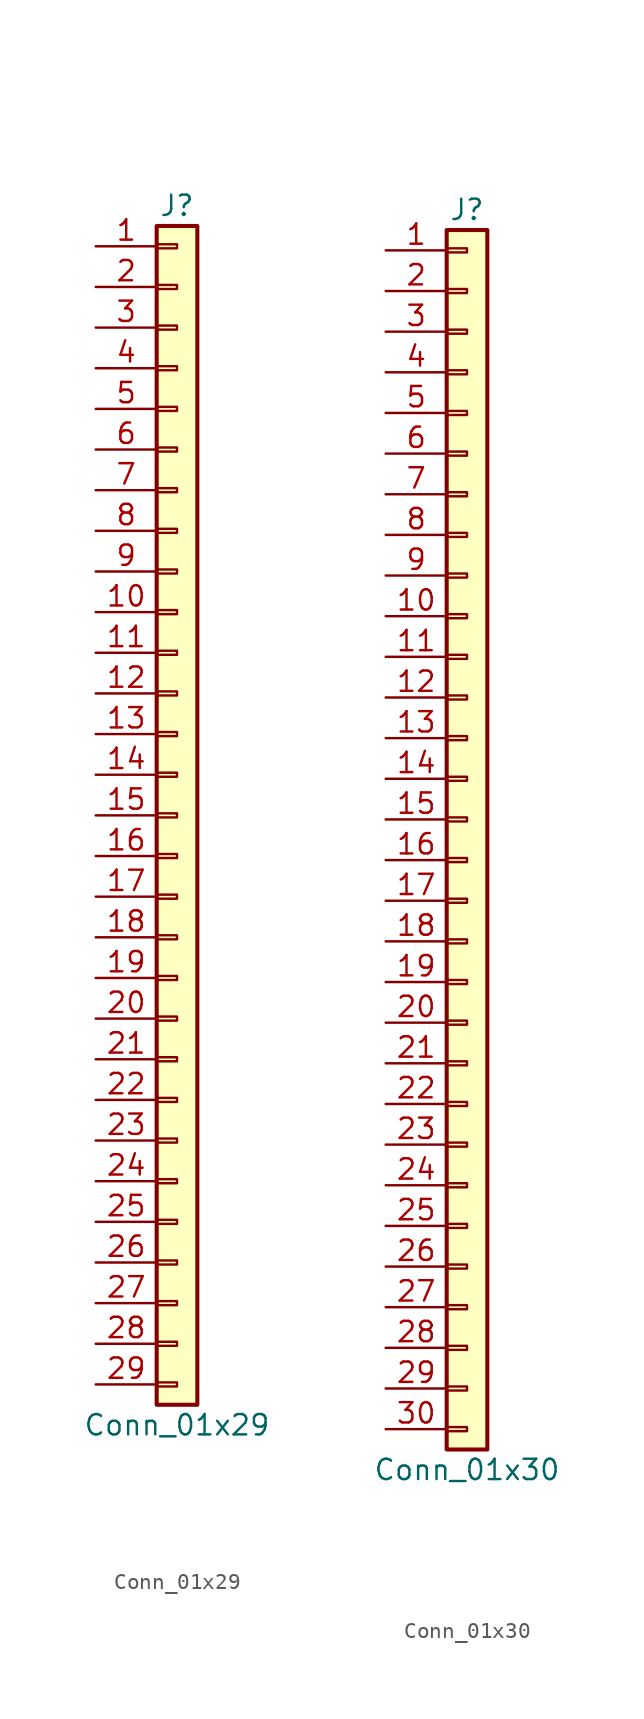
<source format=kicad_sym>
(kicad_symbol_lib
  (version 20220914)
  (generator kicad_symbol_editor)
  (symbol "Conn_01x29"
    (pin_names
      (offset 1.016) hide)
    (property "Reference" "J"
      (at 0 38.1 0)
      (effects (font (size 1.27 1.27))))
    (property "Value" "Conn_01x29"
      (at 0 -38.1 0)
      (effects (font (size 1.27 1.27))))
    (symbol "Conn_01x29_1_1"
      (rectangle (start -1.27 -35.433) (end 0 -35.687) (stroke (width 0.152) (type default)) (fill (type none)))
      (rectangle (start -1.27 -32.893) (end 0 -33.147) (stroke (width 0.152) (type default)) (fill (type none)))
      (rectangle (start -1.27 -30.353) (end 0 -30.607) (stroke (width 0.152) (type default)) (fill (type none)))
      (rectangle (start -1.27 -27.813) (end 0 -28.067) (stroke (width 0.152) (type default)) (fill (type none)))
      (rectangle (start -1.27 -25.273) (end 0 -25.527) (stroke (width 0.152) (type default)) (fill (type none)))
      (rectangle (start -1.27 -22.733) (end 0 -22.987) (stroke (width 0.152) (type default)) (fill (type none)))
      (rectangle (start -1.27 -20.193) (end 0 -20.447) (stroke (width 0.152) (type default)) (fill (type none)))
      (rectangle (start -1.27 -17.653) (end 0 -17.907) (stroke (width 0.152) (type default)) (fill (type none)))
      (rectangle (start -1.27 -15.113) (end 0 -15.367) (stroke (width 0.152) (type default)) (fill (type none)))
      (rectangle (start -1.27 -12.573) (end 0 -12.827) (stroke (width 0.152) (type default)) (fill (type none)))
      (rectangle (start -1.27 -10.033) (end 0 -10.287) (stroke (width 0.152) (type default)) (fill (type none)))
      (rectangle (start -1.27 -7.493) (end 0 -7.747) (stroke (width 0.152) (type default)) (fill (type none)))
      (rectangle (start -1.27 -4.953) (end 0 -5.207) (stroke (width 0.152) (type default)) (fill (type none)))
      (rectangle (start -1.27 -2.413) (end 0 -2.667) (stroke (width 0.152) (type default)) (fill (type none)))
      (rectangle (start -1.27 0.127) (end 0 -0.127) (stroke (width 0.152) (type default)) (fill (type none)))
      (rectangle (start -1.27 2.667) (end 0 2.413) (stroke (width 0.152) (type default)) (fill (type none)))
      (rectangle (start -1.27 5.207) (end 0 4.953) (stroke (width 0.152) (type default)) (fill (type none)))
      (rectangle (start -1.27 7.747) (end 0 7.493) (stroke (width 0.152) (type default)) (fill (type none)))
      (rectangle (start -1.27 10.287) (end 0 10.033) (stroke (width 0.152) (type default)) (fill (type none)))
      (rectangle (start -1.27 12.827) (end 0 12.573) (stroke (width 0.152) (type default)) (fill (type none)))
      (rectangle (start -1.27 15.367) (end 0 15.113) (stroke (width 0.152) (type default)) (fill (type none)))
      (rectangle (start -1.27 17.907) (end 0 17.653) (stroke (width 0.152) (type default)) (fill (type none)))
      (rectangle (start -1.27 20.447) (end 0 20.193) (stroke (width 0.152) (type default)) (fill (type none)))
      (rectangle (start -1.27 22.987) (end 0 22.733) (stroke (width 0.152) (type default)) (fill (type none)))
      (rectangle (start -1.27 25.527) (end 0 25.273) (stroke (width 0.152) (type default)) (fill (type none)))
      (rectangle (start -1.27 28.067) (end 0 27.813) (stroke (width 0.152) (type default)) (fill (type none)))
      (rectangle (start -1.27 30.607) (end 0 30.353) (stroke (width 0.152) (type default)) (fill (type none)))
      (rectangle (start -1.27 33.147) (end 0 32.893) (stroke (width 0.152) (type default)) (fill (type none)))
      (rectangle (start -1.27 35.687) (end 0 35.433) (stroke (width 0.152) (type default)) (fill (type none)))
      (rectangle (start -1.27 36.83) (end 1.27 -36.83) (stroke (width 0.254) (type default)) (fill (type background)))
      (pin passive line (at -5.08 35.56 0) (length 3.81) (name "Pin_1" (effects (font (size 1.27 1.27)))) (number "1" (effects (font (size 1.27 1.27)))))
      (pin passive line (at -5.08 12.7 0) (length 3.81) (name "Pin_10" (effects (font (size 1.27 1.27)))) (number "10" (effects (font (size 1.27 1.27)))))
      (pin passive line (at -5.08 10.16 0) (length 3.81) (name "Pin_11" (effects (font (size 1.27 1.27)))) (number "11" (effects (font (size 1.27 1.27)))))
      (pin passive line (at -5.08 7.62 0) (length 3.81) (name "Pin_12" (effects (font (size 1.27 1.27)))) (number "12" (effects (font (size 1.27 1.27)))))
      (pin passive line (at -5.08 5.08 0) (length 3.81) (name "Pin_13" (effects (font (size 1.27 1.27)))) (number "13" (effects (font (size 1.27 1.27)))))
      (pin passive line (at -5.08 2.54 0) (length 3.81) (name "Pin_14" (effects (font (size 1.27 1.27)))) (number "14" (effects (font (size 1.27 1.27)))))
      (pin passive line (at -5.08 0 0) (length 3.81) (name "Pin_15" (effects (font (size 1.27 1.27)))) (number "15" (effects (font (size 1.27 1.27)))))
      (pin passive line (at -5.08 -2.54 0) (length 3.81) (name "Pin_16" (effects (font (size 1.27 1.27)))) (number "16" (effects (font (size 1.27 1.27)))))
      (pin passive line (at -5.08 -5.08 0) (length 3.81) (name "Pin_17" (effects (font (size 1.27 1.27)))) (number "17" (effects (font (size 1.27 1.27)))))
      (pin passive line (at -5.08 -7.62 0) (length 3.81) (name "Pin_18" (effects (font (size 1.27 1.27)))) (number "18" (effects (font (size 1.27 1.27)))))
      (pin passive line (at -5.08 -10.16 0) (length 3.81) (name "Pin_19" (effects (font (size 1.27 1.27)))) (number "19" (effects (font (size 1.27 1.27)))))
      (pin passive line (at -5.08 33.02 0) (length 3.81) (name "Pin_2" (effects (font (size 1.27 1.27)))) (number "2" (effects (font (size 1.27 1.27)))))
      (pin passive line (at -5.08 -12.7 0) (length 3.81) (name "Pin_20" (effects (font (size 1.27 1.27)))) (number "20" (effects (font (size 1.27 1.27)))))
      (pin passive line (at -5.08 -15.24 0) (length 3.81) (name "Pin_21" (effects (font (size 1.27 1.27)))) (number "21" (effects (font (size 1.27 1.27)))))
      (pin passive line (at -5.08 -17.78 0) (length 3.81) (name "Pin_22" (effects (font (size 1.27 1.27)))) (number "22" (effects (font (size 1.27 1.27)))))
      (pin passive line (at -5.08 -20.32 0) (length 3.81) (name "Pin_23" (effects (font (size 1.27 1.27)))) (number "23" (effects (font (size 1.27 1.27)))))
      (pin passive line (at -5.08 -22.86 0) (length 3.81) (name "Pin_24" (effects (font (size 1.27 1.27)))) (number "24" (effects (font (size 1.27 1.27)))))
      (pin passive line (at -5.08 -25.4 0) (length 3.81) (name "Pin_25" (effects (font (size 1.27 1.27)))) (number "25" (effects (font (size 1.27 1.27)))))
      (pin passive line (at -5.08 -27.94 0) (length 3.81) (name "Pin_26" (effects (font (size 1.27 1.27)))) (number "26" (effects (font (size 1.27 1.27)))))
      (pin passive line (at -5.08 -30.48 0) (length 3.81) (name "Pin_27" (effects (font (size 1.27 1.27)))) (number "27" (effects (font (size 1.27 1.27)))))
      (pin passive line (at -5.08 -33.02 0) (length 3.81) (name "Pin_28" (effects (font (size 1.27 1.27)))) (number "28" (effects (font (size 1.27 1.27)))))
      (pin passive line (at -5.08 -35.56 0) (length 3.81) (name "Pin_29" (effects (font (size 1.27 1.27)))) (number "29" (effects (font (size 1.27 1.27)))))
      (pin passive line (at -5.08 30.48 0) (length 3.81) (name "Pin_3" (effects (font (size 1.27 1.27)))) (number "3" (effects (font (size 1.27 1.27)))))
      (pin passive line (at -5.08 27.94 0) (length 3.81) (name "Pin_4" (effects (font (size 1.27 1.27)))) (number "4" (effects (font (size 1.27 1.27)))))
      (pin passive line (at -5.08 25.4 0) (length 3.81) (name "Pin_5" (effects (font (size 1.27 1.27)))) (number "5" (effects (font (size 1.27 1.27)))))
      (pin passive line (at -5.08 22.86 0) (length 3.81) (name "Pin_6" (effects (font (size 1.27 1.27)))) (number "6" (effects (font (size 1.27 1.27)))))
      (pin passive line (at -5.08 20.32 0) (length 3.81) (name "Pin_7" (effects (font (size 1.27 1.27)))) (number "7" (effects (font (size 1.27 1.27)))))
      (pin passive line (at -5.08 17.78 0) (length 3.81) (name "Pin_8" (effects (font (size 1.27 1.27)))) (number "8" (effects (font (size 1.27 1.27)))))
      (pin passive line (at -5.08 15.24 0) (length 3.81) (name "Pin_9" (effects (font (size 1.27 1.27)))) (number "9" (effects (font (size 1.27 1.27)))))))
  (symbol "Conn_01x30"
    (pin_names
      (offset 1.016) hide)
    (property "Reference" "J"
      (at 0 38.1 0)
      (effects (font (size 1.27 1.27))))
    (property "Value" "Conn_01x30"
      (at 0 -40.64 0)
      (effects (font (size 1.27 1.27))))
    (symbol "Conn_01x30_1_1"
      (rectangle (start -1.27 -37.973) (end 0 -38.227) (stroke (width 0.152) (type default)) (fill (type none)))
      (rectangle (start -1.27 -35.433) (end 0 -35.687) (stroke (width 0.152) (type default)) (fill (type none)))
      (rectangle (start -1.27 -32.893) (end 0 -33.147) (stroke (width 0.152) (type default)) (fill (type none)))
      (rectangle (start -1.27 -30.353) (end 0 -30.607) (stroke (width 0.152) (type default)) (fill (type none)))
      (rectangle (start -1.27 -27.813) (end 0 -28.067) (stroke (width 0.152) (type default)) (fill (type none)))
      (rectangle (start -1.27 -25.273) (end 0 -25.527) (stroke (width 0.152) (type default)) (fill (type none)))
      (rectangle (start -1.27 -22.733) (end 0 -22.987) (stroke (width 0.152) (type default)) (fill (type none)))
      (rectangle (start -1.27 -20.193) (end 0 -20.447) (stroke (width 0.152) (type default)) (fill (type none)))
      (rectangle (start -1.27 -17.653) (end 0 -17.907) (stroke (width 0.152) (type default)) (fill (type none)))
      (rectangle (start -1.27 -15.113) (end 0 -15.367) (stroke (width 0.152) (type default)) (fill (type none)))
      (rectangle (start -1.27 -12.573) (end 0 -12.827) (stroke (width 0.152) (type default)) (fill (type none)))
      (rectangle (start -1.27 -10.033) (end 0 -10.287) (stroke (width 0.152) (type default)) (fill (type none)))
      (rectangle (start -1.27 -7.493) (end 0 -7.747) (stroke (width 0.152) (type default)) (fill (type none)))
      (rectangle (start -1.27 -4.953) (end 0 -5.207) (stroke (width 0.152) (type default)) (fill (type none)))
      (rectangle (start -1.27 -2.413) (end 0 -2.667) (stroke (width 0.152) (type default)) (fill (type none)))
      (rectangle (start -1.27 0.127) (end 0 -0.127) (stroke (width 0.152) (type default)) (fill (type none)))
      (rectangle (start -1.27 2.667) (end 0 2.413) (stroke (width 0.152) (type default)) (fill (type none)))
      (rectangle (start -1.27 5.207) (end 0 4.953) (stroke (width 0.152) (type default)) (fill (type none)))
      (rectangle (start -1.27 7.747) (end 0 7.493) (stroke (width 0.152) (type default)) (fill (type none)))
      (rectangle (start -1.27 10.287) (end 0 10.033) (stroke (width 0.152) (type default)) (fill (type none)))
      (rectangle (start -1.27 12.827) (end 0 12.573) (stroke (width 0.152) (type default)) (fill (type none)))
      (rectangle (start -1.27 15.367) (end 0 15.113) (stroke (width 0.152) (type default)) (fill (type none)))
      (rectangle (start -1.27 17.907) (end 0 17.653) (stroke (width 0.152) (type default)) (fill (type none)))
      (rectangle (start -1.27 20.447) (end 0 20.193) (stroke (width 0.152) (type default)) (fill (type none)))
      (rectangle (start -1.27 22.987) (end 0 22.733) (stroke (width 0.152) (type default)) (fill (type none)))
      (rectangle (start -1.27 25.527) (end 0 25.273) (stroke (width 0.152) (type default)) (fill (type none)))
      (rectangle (start -1.27 28.067) (end 0 27.813) (stroke (width 0.152) (type default)) (fill (type none)))
      (rectangle (start -1.27 30.607) (end 0 30.353) (stroke (width 0.152) (type default)) (fill (type none)))
      (rectangle (start -1.27 33.147) (end 0 32.893) (stroke (width 0.152) (type default)) (fill (type none)))
      (rectangle (start -1.27 35.687) (end 0 35.433) (stroke (width 0.152) (type default)) (fill (type none)))
      (rectangle (start -1.27 36.83) (end 1.27 -39.37) (stroke (width 0.254) (type default)) (fill (type background)))
      (pin passive line (at -5.08 35.56 0) (length 3.81) (name "Pin_1" (effects (font (size 1.27 1.27)))) (number "1" (effects (font (size 1.27 1.27)))))
      (pin passive line (at -5.08 12.7 0) (length 3.81) (name "Pin_10" (effects (font (size 1.27 1.27)))) (number "10" (effects (font (size 1.27 1.27)))))
      (pin passive line (at -5.08 10.16 0) (length 3.81) (name "Pin_11" (effects (font (size 1.27 1.27)))) (number "11" (effects (font (size 1.27 1.27)))))
      (pin passive line (at -5.08 7.62 0) (length 3.81) (name "Pin_12" (effects (font (size 1.27 1.27)))) (number "12" (effects (font (size 1.27 1.27)))))
      (pin passive line (at -5.08 5.08 0) (length 3.81) (name "Pin_13" (effects (font (size 1.27 1.27)))) (number "13" (effects (font (size 1.27 1.27)))))
      (pin passive line (at -5.08 2.54 0) (length 3.81) (name "Pin_14" (effects (font (size 1.27 1.27)))) (number "14" (effects (font (size 1.27 1.27)))))
      (pin passive line (at -5.08 0 0) (length 3.81) (name "Pin_15" (effects (font (size 1.27 1.27)))) (number "15" (effects (font (size 1.27 1.27)))))
      (pin passive line (at -5.08 -2.54 0) (length 3.81) (name "Pin_16" (effects (font (size 1.27 1.27)))) (number "16" (effects (font (size 1.27 1.27)))))
      (pin passive line (at -5.08 -5.08 0) (length 3.81) (name "Pin_17" (effects (font (size 1.27 1.27)))) (number "17" (effects (font (size 1.27 1.27)))))
      (pin passive line (at -5.08 -7.62 0) (length 3.81) (name "Pin_18" (effects (font (size 1.27 1.27)))) (number "18" (effects (font (size 1.27 1.27)))))
      (pin passive line (at -5.08 -10.16 0) (length 3.81) (name "Pin_19" (effects (font (size 1.27 1.27)))) (number "19" (effects (font (size 1.27 1.27)))))
      (pin passive line (at -5.08 33.02 0) (length 3.81) (name "Pin_2" (effects (font (size 1.27 1.27)))) (number "2" (effects (font (size 1.27 1.27)))))
      (pin passive line (at -5.08 -12.7 0) (length 3.81) (name "Pin_20" (effects (font (size 1.27 1.27)))) (number "20" (effects (font (size 1.27 1.27)))))
      (pin passive line (at -5.08 -15.24 0) (length 3.81) (name "Pin_21" (effects (font (size 1.27 1.27)))) (number "21" (effects (font (size 1.27 1.27)))))
      (pin passive line (at -5.08 -17.78 0) (length 3.81) (name "Pin_22" (effects (font (size 1.27 1.27)))) (number "22" (effects (font (size 1.27 1.27)))))
      (pin passive line (at -5.08 -20.32 0) (length 3.81) (name "Pin_23" (effects (font (size 1.27 1.27)))) (number "23" (effects (font (size 1.27 1.27)))))
      (pin passive line (at -5.08 -22.86 0) (length 3.81) (name "Pin_24" (effects (font (size 1.27 1.27)))) (number "24" (effects (font (size 1.27 1.27)))))
      (pin passive line (at -5.08 -25.4 0) (length 3.81) (name "Pin_25" (effects (font (size 1.27 1.27)))) (number "25" (effects (font (size 1.27 1.27)))))
      (pin passive line (at -5.08 -27.94 0) (length 3.81) (name "Pin_26" (effects (font (size 1.27 1.27)))) (number "26" (effects (font (size 1.27 1.27)))))
      (pin passive line (at -5.08 -30.48 0) (length 3.81) (name "Pin_27" (effects (font (size 1.27 1.27)))) (number "27" (effects (font (size 1.27 1.27)))))
      (pin passive line (at -5.08 -33.02 0) (length 3.81) (name "Pin_28" (effects (font (size 1.27 1.27)))) (number "28" (effects (font (size 1.27 1.27)))))
      (pin passive line (at -5.08 -35.56 0) (length 3.81) (name "Pin_29" (effects (font (size 1.27 1.27)))) (number "29" (effects (font (size 1.27 1.27)))))
      (pin passive line (at -5.08 30.48 0) (length 3.81) (name "Pin_3" (effects (font (size 1.27 1.27)))) (number "3" (effects (font (size 1.27 1.27)))))
      (pin passive line (at -5.08 -38.1 0) (length 3.81) (name "Pin_30" (effects (font (size 1.27 1.27)))) (number "30" (effects (font (size 1.27 1.27)))))
      (pin passive line (at -5.08 27.94 0) (length 3.81) (name "Pin_4" (effects (font (size 1.27 1.27)))) (number "4" (effects (font (size 1.27 1.27)))))
      (pin passive line (at -5.08 25.4 0) (length 3.81) (name "Pin_5" (effects (font (size 1.27 1.27)))) (number "5" (effects (font (size 1.27 1.27)))))
      (pin passive line (at -5.08 22.86 0) (length 3.81) (name "Pin_6" (effects (font (size 1.27 1.27)))) (number "6" (effects (font (size 1.27 1.27)))))
      (pin passive line (at -5.08 20.32 0) (length 3.81) (name "Pin_7" (effects (font (size 1.27 1.27)))) (number "7" (effects (font (size 1.27 1.27)))))
      (pin passive line (at -5.08 17.78 0) (length 3.81) (name "Pin_8" (effects (font (size 1.27 1.27)))) (number "8" (effects (font (size 1.27 1.27)))))
      (pin passive line (at -5.08 15.24 0) (length 3.81) (name "Pin_9" (effects (font (size 1.27 1.27)))) (number "9" (effects (font (size 1.27 1.27))))))))
</source>
